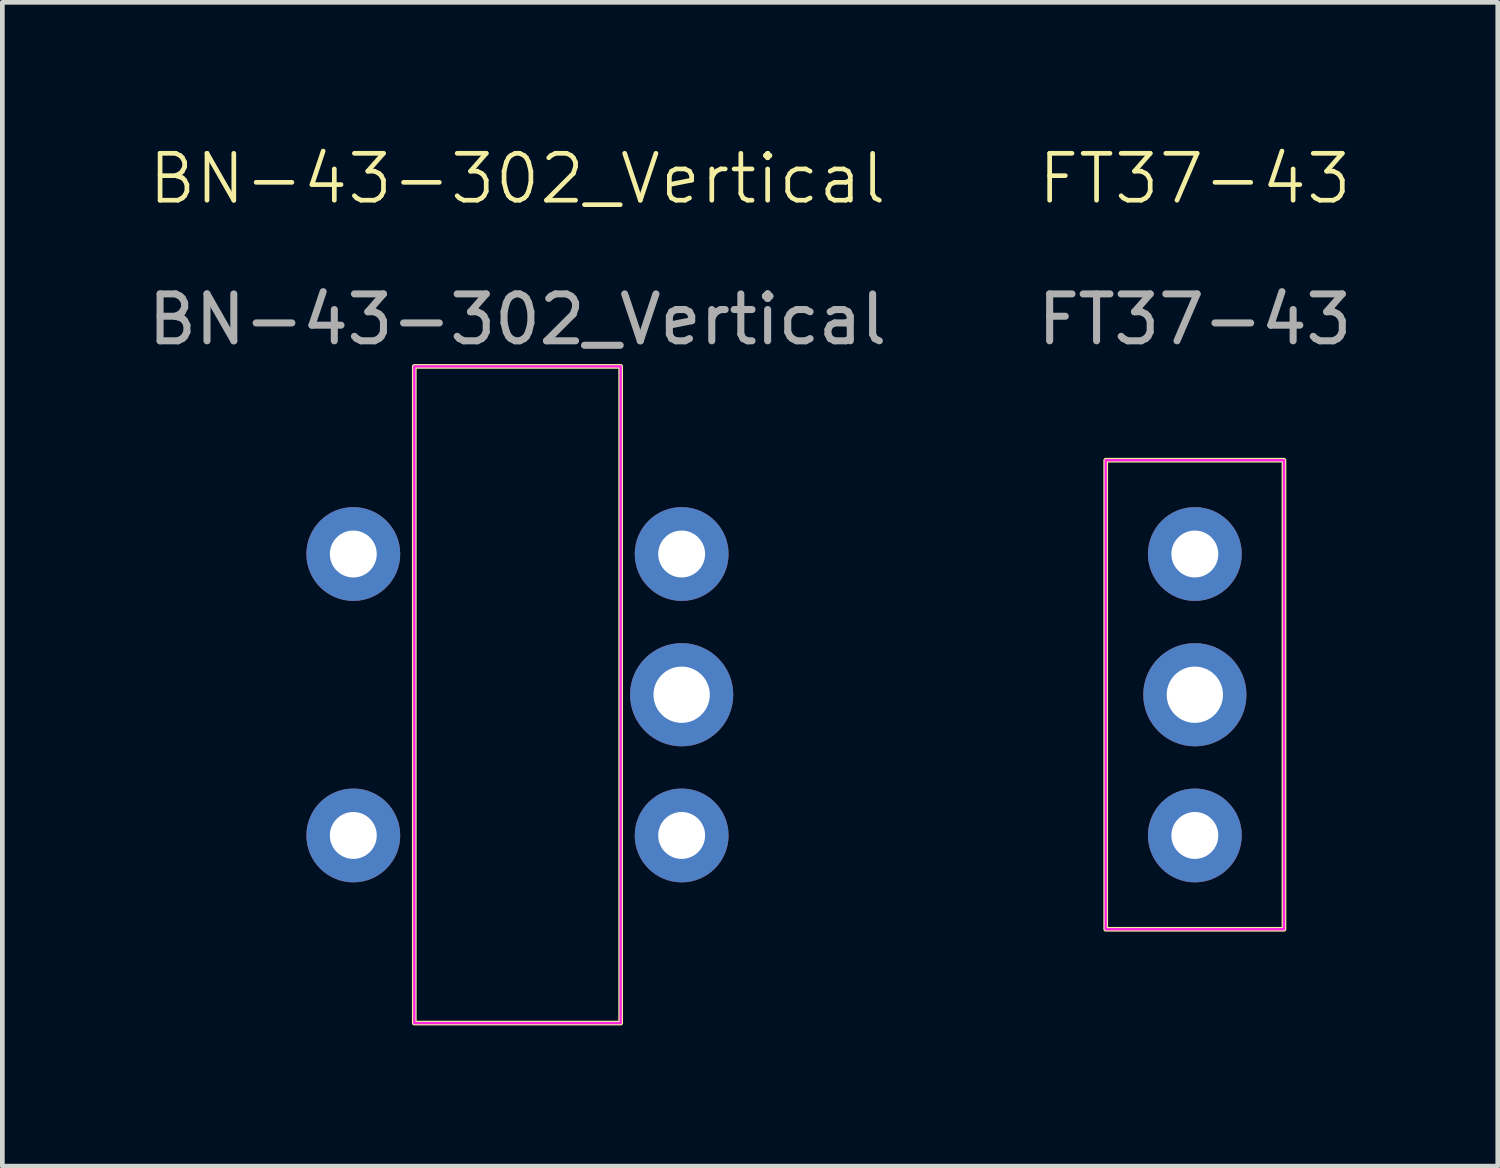
<source format=kicad_pcb>
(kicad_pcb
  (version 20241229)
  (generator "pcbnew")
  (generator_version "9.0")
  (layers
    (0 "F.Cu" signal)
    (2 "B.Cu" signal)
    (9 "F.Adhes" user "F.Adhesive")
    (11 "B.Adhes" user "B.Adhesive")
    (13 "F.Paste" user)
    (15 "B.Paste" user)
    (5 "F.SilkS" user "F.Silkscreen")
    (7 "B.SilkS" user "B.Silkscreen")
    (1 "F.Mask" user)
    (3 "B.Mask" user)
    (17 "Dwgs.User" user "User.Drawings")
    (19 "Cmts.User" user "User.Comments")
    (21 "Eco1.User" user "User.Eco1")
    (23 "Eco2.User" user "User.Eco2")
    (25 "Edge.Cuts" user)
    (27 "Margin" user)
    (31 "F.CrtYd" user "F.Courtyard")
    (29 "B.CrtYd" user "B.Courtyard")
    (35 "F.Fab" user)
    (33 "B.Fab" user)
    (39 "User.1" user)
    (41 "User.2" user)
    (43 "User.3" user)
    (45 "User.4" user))
  (footprint "FT37-43"
    (layer "F.Cu")
    (at 22.423 11.761)
    (property "Reference" "FT37-43" (at 0 -11 0) (unlocked yes) (layer "F.SilkS") (effects (font (size 1 1) (thickness 0.1))))
    (attr through_hole)
    (fp_rect (start -1.9 -5) (end 1.9 5) (stroke (width 0.1) (type default)) (fill no) (layer "F.SilkS"))
    (fp_rect (start -1.9 -5) (end 1.9 5) (stroke (width 0.05) (type default)) (fill no) (layer "F.CrtYd"))
    (fp_text user "${REFERENCE}" (at 0 -8 0) (unlocked yes) (layer "F.Fab") (effects (font (size 1 1) (thickness 0.15))))
    (pad "1" thru_hole circle (at 0 -3) (size 2 2) (drill 1) (layers "*.Cu" "*.Mask"))
    (pad "2" thru_hole circle (at 0 0) (size 2.2 2.2) (drill 1.2) (layers "*.Cu" "*.Mask"))
    (pad "3" thru_hole circle (at 0 3) (size 2 2) (drill 1) (layers "*.Cu" "*.Mask")))
  (footprint "BN-43-302_Vertical"
    (layer "F.Cu")
    (at 7.982 11.761)
    (property "Reference" "BN-43-302_Vertical" (at 0 -11 0) (unlocked yes) (layer "F.SilkS") (effects (font (size 1 1) (thickness 0.1))))
    (attr through_hole)
    (fp_rect (start -2.2 -7) (end 2.2 7) (stroke (width 0.1) (type default)) (fill no) (layer "F.SilkS"))
    (fp_rect (start -2.2 -7) (end 2.2 7) (stroke (width 0.05) (type default)) (fill no) (layer "F.CrtYd"))
    (fp_text user "${REFERENCE}" (at 0 -8 0) (unlocked yes) (layer "F.Fab") (effects (font (size 1 1) (thickness 0.15))))
    (pad "1" thru_hole circle (at -3.5 -3) (size 2 2) (drill 1) (layers "*.Cu" "*.Mask"))
    (pad "2" thru_hole circle (at -3.5 3) (size 2 2) (drill 1) (layers "*.Cu" "*.Mask"))
    (pad "3" thru_hole circle (at 3.5 3) (size 2 2) (drill 1) (layers "*.Cu" "*.Mask"))
    (pad "4" thru_hole circle (at 3.5 0) (size 2.2 2.2) (drill 1.2) (layers "*.Cu" "*.Mask"))
    (pad "5" thru_hole circle (at 3.5 -3) (size 2 2) (drill 1) (layers "*.Cu" "*.Mask")))
  (gr_rect
    (start -3 -3)
    (end 28.881 21.811)
    (stroke (width 0.1) (type default))
    (fill no)
    (layer "Edge.Cuts")))
</source>
